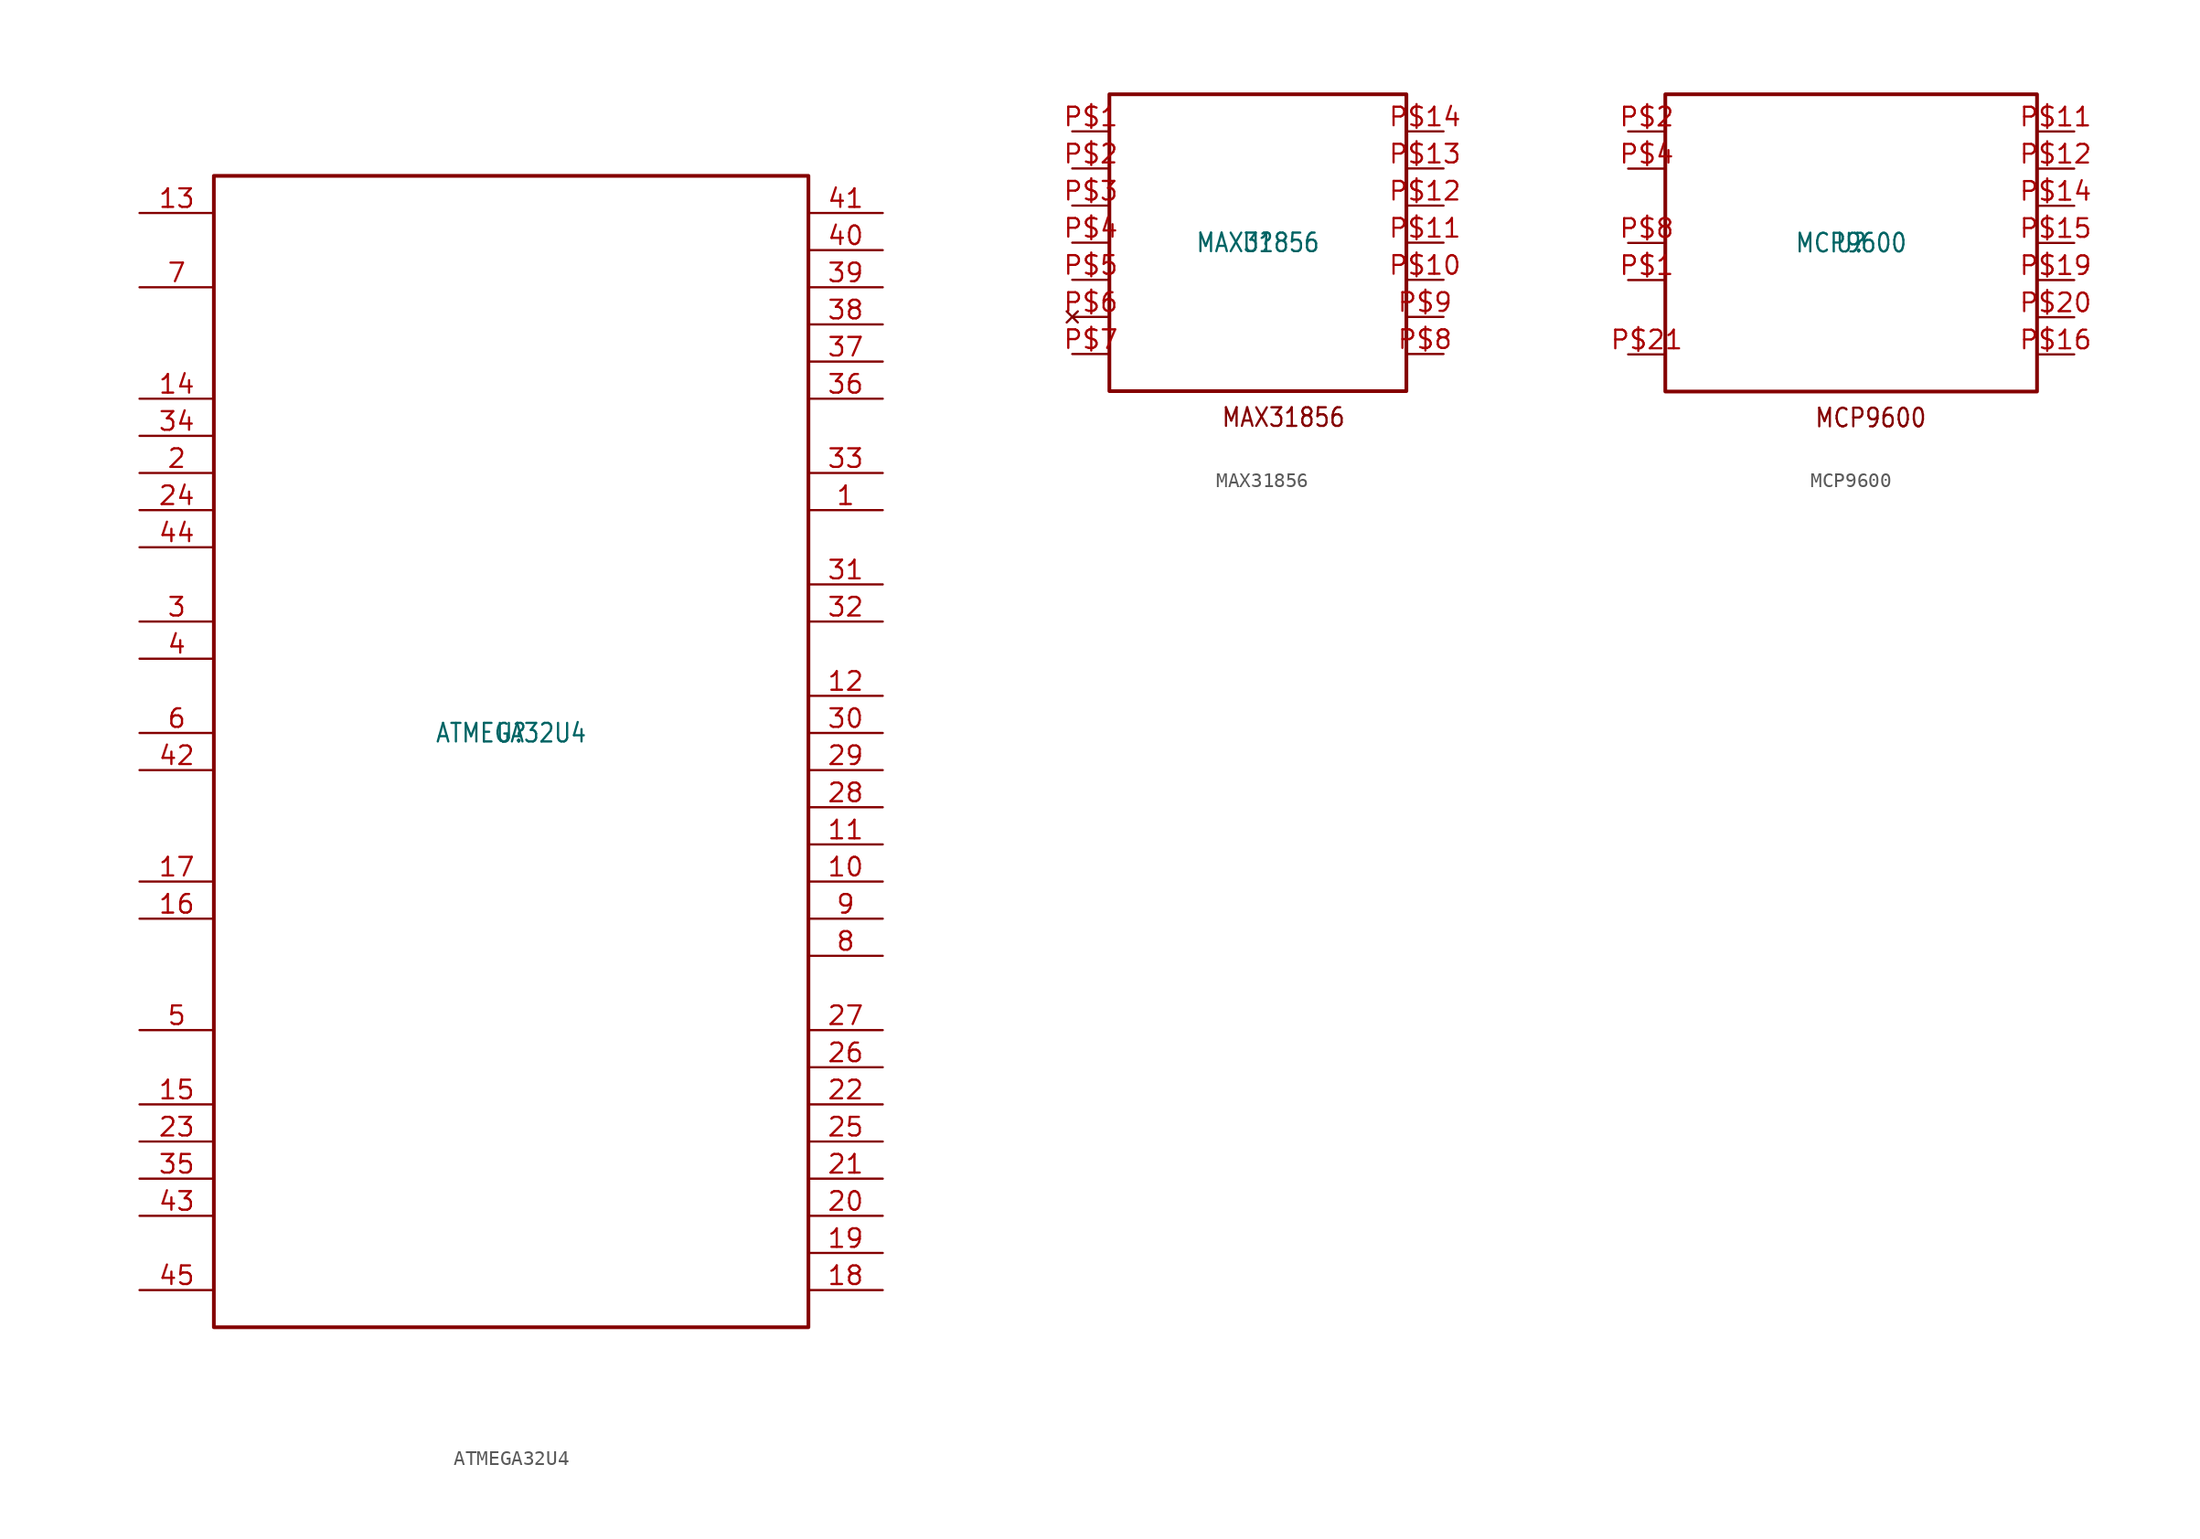
<source format=kicad_sym>
(kicad_symbol_lib
  (version 20211014)
  (generator kicad_symbol_editor)
  (symbol "ATMEGA32U4"
    (pin_names
      (offset 1.016) hide)
    (property "Reference" "U"
      (at 0 0 0)
      (effects (font (size 1.27 1.086))))
    (property "Value" "ATMEGA32U4"
      (at 0 0 0)
      (effects (font (size 1.27 1.086))))
    (symbol "ATMEGA32U4_0_0")
    (symbol "ATMEGA32U4_0_1"
      (polyline (pts (xy -20.32 38.1) (xy 20.32 38.1) (xy 20.32 -40.64) (xy -20.32 -40.64) (xy -20.32 38.1)) (stroke (width 0.254) (type default) (color 0 0 0 0))))
    (symbol "ATMEGA32U4_1_1"
      (pin bidirectional line (at -25.4 -12.7 0) (length 5.08) (name "XTAL2" (effects (font (size 1.27 1.086)))) (number "16" (effects (font (size 1.27 1.086)))))
      (pin bidirectional line (at -25.4 -10.16 0) (length 5.08) (name "XTAL1" (effects (font (size 1.27 1.086)))) (number "17" (effects (font (size 1.27 1.086)))))
      (pin bidirectional line (at -25.4 -25.4 0) (length 5.08) (name "GND" (effects (font (size 1.27 1.086)))) (number "15" (effects (font (size 1.27 1.086)))))
      (pin bidirectional line (at -25.4 22.86 0) (length 5.08) (name "VCC" (effects (font (size 1.27 1.086)))) (number "14" (effects (font (size 1.27 1.086)))))
      (pin bidirectional line (at -25.4 17.78 0) (length 5.08) (name "UVCC" (effects (font (size 1.27 1.086)))) (number "2" (effects (font (size 1.27 1.086)))))
      (pin bidirectional line (at -25.4 -20.32 0) (length 5.08) (name "UGND" (effects (font (size 1.27 1.086)))) (number "5" (effects (font (size 1.27 1.086)))))
      (pin bidirectional line (at -25.4 7.62 0) (length 5.08) (name "D-" (effects (font (size 1.27 1.086)))) (number "3" (effects (font (size 1.27 1.086)))))
      (pin bidirectional line (at -25.4 15.24 0) (length 5.08) (name "AVCC" (effects (font (size 1.27 1.086)))) (number "24" (effects (font (size 1.27 1.086)))))
      (pin bidirectional line (at 25.4 -7.62 180) (length 5.08) (name "PB3(PDO/MISO)" (effects (font (size 1.27 1.086)))) (number "11" (effects (font (size 1.27 1.086)))))
      (pin bidirectional line (at 25.4 -10.16 180) (length 5.08) (name "PB2(PDI/MOSI)" (effects (font (size 1.27 1.086)))) (number "10" (effects (font (size 1.27 1.086)))))
      (pin bidirectional line (at 25.4 -12.7 180) (length 5.08) (name "PB1(SCK)" (effects (font (size 1.27 1.086)))) (number "9" (effects (font (size 1.27 1.086)))))
      (pin bidirectional line (at 25.4 -15.24 180) (length 5.08) (name "PB0(SS)" (effects (font (size 1.27 1.086)))) (number "8" (effects (font (size 1.27 1.086)))))
      (pin bidirectional line (at 25.4 -20.32 180) (length 5.08) (name "PD7(OC4D/ADC10/T0)" (effects (font (size 1.27 1.086)))) (number "27" (effects (font (size 1.27 1.086)))))
      (pin bidirectional line (at 25.4 -22.86 180) (length 5.08) (name "PD6(T1/ADC9/~{OC4D})" (effects (font (size 1.27 1.086)))) (number "26" (effects (font (size 1.27 1.086)))))
      (pin bidirectional line (at 25.4 -25.4 180) (length 5.08) (name "PD5(XCK/CTS)" (effects (font (size 1.27 1.086)))) (number "22" (effects (font (size 1.27 1.086)))))
      (pin bidirectional line (at 25.4 -27.94 180) (length 5.08) (name "PD4(ICP1/ADC8)" (effects (font (size 1.27 1.086)))) (number "25" (effects (font (size 1.27 1.086)))))
      (pin bidirectional line (at 25.4 -30.48 180) (length 5.08) (name "PD3(INT3/TXD1)" (effects (font (size 1.27 1.086)))) (number "21" (effects (font (size 1.27 1.086)))))
      (pin bidirectional line (at 25.4 -33.02 180) (length 5.08) (name "PD2(INT2/RXD1)" (effects (font (size 1.27 1.086)))) (number "20" (effects (font (size 1.27 1.086)))))
      (pin bidirectional line (at 25.4 -35.56 180) (length 5.08) (name "PD1(INT1/SDA)" (effects (font (size 1.27 1.086)))) (number "19" (effects (font (size 1.27 1.086)))))
      (pin bidirectional line (at 25.4 -38.1 180) (length 5.08) (name "PD0(INT0/OC0B/SCL)" (effects (font (size 1.27 1.086)))) (number "18" (effects (font (size 1.27 1.086)))))
      (pin bidirectional line (at 25.4 7.62 180) (length 5.08) (name "PC7(ICP3/CLK0/OC4A)" (effects (font (size 1.27 1.086)))) (number "32" (effects (font (size 1.27 1.086)))))
      (pin bidirectional line (at 25.4 10.16 180) (length 5.08) (name "PC6(OC3A/~{OC4A})" (effects (font (size 1.27 1.086)))) (number "31" (effects (font (size 1.27 1.086)))))
      (pin bidirectional line (at 25.4 -5.08 180) (length 5.08) (name "PB4(ADC11)" (effects (font (size 1.27 1.086)))) (number "28" (effects (font (size 1.27 1.086)))))
      (pin bidirectional line (at 25.4 0 180) (length 5.08) (name "PB6(OC1B/OC4B/ADC13)" (effects (font (size 1.27 1.086)))) (number "30" (effects (font (size 1.27 1.086)))))
      (pin bidirectional line (at 25.4 -2.54 180) (length 5.08) (name "PB5(OC1A/ADC12/~{OC4B})" (effects (font (size 1.27 1.086)))) (number "29" (effects (font (size 1.27 1.086)))))
      (pin bidirectional line (at 25.4 2.54 180) (length 5.08) (name "PB7(OC0A/OC1C/RTS)" (effects (font (size 1.27 1.086)))) (number "12" (effects (font (size 1.27 1.086)))))
      (pin bidirectional line (at -25.4 35.56 0) (length 5.08) (name "~{RESET}" (effects (font (size 1.27 1.086)))) (number "13" (effects (font (size 1.27 1.086)))))
      (pin bidirectional line (at -25.4 5.08 0) (length 5.08) (name "D+" (effects (font (size 1.27 1.086)))) (number "4" (effects (font (size 1.27 1.086)))))
      (pin bidirectional line (at -25.4 0 0) (length 5.08) (name "UCAP" (effects (font (size 1.27 1.086)))) (number "6" (effects (font (size 1.27 1.086)))))
      (pin bidirectional line (at 25.4 17.78 180) (length 5.08) (name "PE2(~{HWB})" (effects (font (size 1.27 1.086)))) (number "33" (effects (font (size 1.27 1.086)))))
      (pin bidirectional line (at 25.4 35.56 180) (length 5.08) (name "PF0(ADC0)" (effects (font (size 1.27 1.086)))) (number "41" (effects (font (size 1.27 1.086)))))
      (pin bidirectional line (at 25.4 33.02 180) (length 5.08) (name "PF1(ADC1)" (effects (font (size 1.27 1.086)))) (number "40" (effects (font (size 1.27 1.086)))))
      (pin bidirectional line (at 25.4 30.48 180) (length 5.08) (name "PF4(ADC4/TCK)" (effects (font (size 1.27 1.086)))) (number "39" (effects (font (size 1.27 1.086)))))
      (pin bidirectional line (at 25.4 27.94 180) (length 5.08) (name "PF5(ADC5/TMS)" (effects (font (size 1.27 1.086)))) (number "38" (effects (font (size 1.27 1.086)))))
      (pin bidirectional line (at 25.4 25.4 180) (length 5.08) (name "PF6(ADC6/TDO)" (effects (font (size 1.27 1.086)))) (number "37" (effects (font (size 1.27 1.086)))))
      (pin bidirectional line (at 25.4 22.86 180) (length 5.08) (name "PF7(ADC7(TDI)" (effects (font (size 1.27 1.086)))) (number "36" (effects (font (size 1.27 1.086)))))
      (pin bidirectional line (at 25.4 15.24 180) (length 5.08) (name "PE6(INT6/AIN0)" (effects (font (size 1.27 1.086)))) (number "1" (effects (font (size 1.27 1.086)))))
      (pin bidirectional line (at -25.4 30.48 0) (length 5.08) (name "VBUS" (effects (font (size 1.27 1.086)))) (number "7" (effects (font (size 1.27 1.086)))))
      (pin bidirectional line (at -25.4 -27.94 0) (length 5.08) (name "GND1" (effects (font (size 1.27 1.086)))) (number "23" (effects (font (size 1.27 1.086)))))
      (pin bidirectional line (at -25.4 12.7 0) (length 5.08) (name "AVCC1" (effects (font (size 1.27 1.086)))) (number "44" (effects (font (size 1.27 1.086)))))
      (pin bidirectional line (at -25.4 20.32 0) (length 5.08) (name "VCC1" (effects (font (size 1.27 1.086)))) (number "34" (effects (font (size 1.27 1.086)))))
      (pin bidirectional line (at -25.4 -2.54 0) (length 5.08) (name "AREF" (effects (font (size 1.27 1.086)))) (number "42" (effects (font (size 1.27 1.086)))))
      (pin bidirectional line (at -25.4 -30.48 0) (length 5.08) (name "GND2" (effects (font (size 1.27 1.086)))) (number "35" (effects (font (size 1.27 1.086)))))
      (pin bidirectional line (at -25.4 -33.02 0) (length 5.08) (name "GND3" (effects (font (size 1.27 1.086)))) (number "43" (effects (font (size 1.27 1.086)))))
      (pin bidirectional line (at -25.4 -38.1 0) (length 5.08) (name "EXPOSED_PAD" (effects (font (size 1.27 1.086)))) (number "45" (effects (font (size 1.27 1.086)))))))
  (symbol "MAX31856"
    (pin_names
      (offset 1.016) hide)
    (property "Reference" "U"
      (at 0 0 0)
      (effects (font (size 1.27 1.086))))
    (property "Value" "MAX31856"
      (at 0 0 0)
      (effects (font (size 1.27 1.086))))
    (symbol "MAX31856_0_0"
      (text "MAX31856" (at -2.54 -12.7 0) (effects (font (size 1.27 1.086)) (justify left bottom))))
    (symbol "MAX31856_0_1"
      (polyline (pts (xy -10.16 10.16) (xy 10.16 10.16) (xy 10.16 -10.16) (xy -10.16 -10.16) (xy -10.16 10.16)) (stroke (width 0.254) (type default) (color 0 0 0 0))))
    (symbol "MAX31856_1_1"
      (pin power_in line (at -12.7 7.62 0) (length 2.54) (name "AGND" (effects (font (size 1.27 1.086)))) (number "P$1" (effects (font (size 1.27 1.086)))))
      (pin input line (at -12.7 5.08 0) (length 2.54) (name "BIAS" (effects (font (size 1.27 1.086)))) (number "P$2" (effects (font (size 1.27 1.086)))))
      (pin input line (at -12.7 2.54 0) (length 2.54) (name "T-" (effects (font (size 1.27 1.086)))) (number "P$3" (effects (font (size 1.27 1.086)))))
      (pin input line (at -12.7 0 0) (length 2.54) (name "T+" (effects (font (size 1.27 1.086)))) (number "P$4" (effects (font (size 1.27 1.086)))))
      (pin power_in line (at -12.7 -2.54 0) (length 2.54) (name "AVDD" (effects (font (size 1.27 1.086)))) (number "P$5" (effects (font (size 1.27 1.086)))))
      (pin no_connect line (at -12.7 -5.08 0) (length 2.54) (name "DNC" (effects (font (size 1.27 1.086)))) (number "P$6" (effects (font (size 1.27 1.086)))))
      (pin bidirectional line (at -12.7 -7.62 0) (length 2.54) (name "DRDY" (effects (font (size 1.27 1.086)))) (number "P$7" (effects (font (size 1.27 1.086)))))
      (pin bidirectional line (at 12.7 -7.62 180) (length 2.54) (name "DVDD" (effects (font (size 1.27 1.086)))) (number "P$8" (effects (font (size 1.27 1.086)))))
      (pin bidirectional line (at 12.7 -5.08 180) (length 2.54) (name "CS" (effects (font (size 1.27 1.086)))) (number "P$9" (effects (font (size 1.27 1.086)))))
      (pin bidirectional line (at 12.7 -2.54 180) (length 2.54) (name "SCK" (effects (font (size 1.27 1.086)))) (number "P$10" (effects (font (size 1.27 1.086)))))
      (pin bidirectional line (at 12.7 0 180) (length 2.54) (name "SDO" (effects (font (size 1.27 1.086)))) (number "P$11" (effects (font (size 1.27 1.086)))))
      (pin bidirectional line (at 12.7 2.54 180) (length 2.54) (name "SDI" (effects (font (size 1.27 1.086)))) (number "P$12" (effects (font (size 1.27 1.086)))))
      (pin bidirectional line (at 12.7 5.08 180) (length 2.54) (name "FAULT" (effects (font (size 1.27 1.086)))) (number "P$13" (effects (font (size 1.27 1.086)))))
      (pin power_in line (at 12.7 7.62 180) (length 2.54) (name "DGND" (effects (font (size 1.27 1.086)))) (number "P$14" (effects (font (size 1.27 1.086)))))))
  (symbol "MCP9600"
    (pin_names
      (offset 1.016) hide)
    (property "Reference" "U"
      (at 0 0 0)
      (effects (font (size 1.27 1.086))))
    (property "Value" "MCP9600"
      (at 0 0 0)
      (effects (font (size 1.27 1.086))))
    (symbol "MCP9600_0_0"
      (text "MCP9600" (at -2.54 -12.7 0) (effects (font (size 1.27 1.086)) (justify left bottom))))
    (symbol "MCP9600_0_1"
      (polyline (pts (xy 12.7 10.16) (xy 12.7 -10.16) (xy -12.7 -10.16) (xy -12.7 10.16) (xy 12.7 10.16)) (stroke (width 0.254) (type default) (color 0 0 0 0))))
    (symbol "MCP9600_1_1"
      (pin power_in line (at -15.24 7.62 0) (length 2.54) (name "VIN+" (effects (font (size 1.27 1.086)))) (number "P$2" (effects (font (size 1.27 1.086)))))
      (pin power_in line (at -15.24 5.08 0) (length 2.54) (name "VIN-" (effects (font (size 1.27 1.086)))) (number "P$4" (effects (font (size 1.27 1.086)))))
      (pin output line (at 15.24 7.62 180) (length 2.54) (name "ALERT_1" (effects (font (size 1.27 1.086)))) (number "P$11" (effects (font (size 1.27 1.086)))))
      (pin output line (at 15.24 5.08 180) (length 2.54) (name "ALERT_2" (effects (font (size 1.27 1.086)))) (number "P$12" (effects (font (size 1.27 1.086)))))
      (pin output line (at 15.24 2.54 180) (length 2.54) (name "ALERT_3" (effects (font (size 1.27 1.086)))) (number "P$14" (effects (font (size 1.27 1.086)))))
      (pin output line (at 15.24 0 180) (length 2.54) (name "ALERT_4" (effects (font (size 1.27 1.086)))) (number "P$15" (effects (font (size 1.27 1.086)))))
      (pin bidirectional line (at 15.24 -2.54 180) (length 2.54) (name "SCL" (effects (font (size 1.27 1.086)))) (number "P$19" (effects (font (size 1.27 1.086)))))
      (pin bidirectional line (at 15.24 -5.08 180) (length 2.54) (name "SDA" (effects (font (size 1.27 1.086)))) (number "P$20" (effects (font (size 1.27 1.086)))))
      (pin bidirectional line (at 15.24 -7.62 180) (length 2.54) (name "ADDR" (effects (font (size 1.27 1.086)))) (number "P$16" (effects (font (size 1.27 1.086)))))
      (pin power_in line (at -15.24 0 0) (length 2.54) (name "VDD" (effects (font (size 1.27 1.086)))) (number "P$8" (effects (font (size 1.27 1.086)))))
      (pin power_in line (at -15.24 -2.54 0) (length 2.54) (name "GND" (effects (font (size 1.27 1.086)))) (number "P$1" (effects (font (size 1.27 1.086)))))
      (pin power_in line (at -15.24 -2.54 0) (length 2.54) hide (name "GND" (effects (font (size 1.27 1.086)))) (number "P$3" (effects (font (size 1.27 1.086)))))
      (pin power_in line (at -15.24 -2.54 0) (length 2.54) hide (name "GND" (effects (font (size 1.27 1.086)))) (number "P$5" (effects (font (size 1.27 1.086)))))
      (pin power_in line (at -15.24 -2.54 0) (length 2.54) hide (name "GND" (effects (font (size 1.27 1.086)))) (number "P$6" (effects (font (size 1.27 1.086)))))
      (pin power_in line (at -15.24 -2.54 0) (length 2.54) hide (name "GND" (effects (font (size 1.27 1.086)))) (number "P$7" (effects (font (size 1.27 1.086)))))
      (pin power_in line (at -15.24 -2.54 0) (length 2.54) hide (name "GND" (effects (font (size 1.27 1.086)))) (number "P$9" (effects (font (size 1.27 1.086)))))
      (pin power_in line (at -15.24 -2.54 0) (length 2.54) hide (name "GND" (effects (font (size 1.27 1.086)))) (number "P$10" (effects (font (size 1.27 1.086)))))
      (pin power_in line (at -15.24 -2.54 0) (length 2.54) hide (name "GND" (effects (font (size 1.27 1.086)))) (number "P$13" (effects (font (size 1.27 1.086)))))
      (pin power_in line (at -15.24 -2.54 0) (length 2.54) hide (name "GND" (effects (font (size 1.27 1.086)))) (number "P$17" (effects (font (size 1.27 1.086)))))
      (pin power_in line (at -15.24 -2.54 0) (length 2.54) hide (name "GND" (effects (font (size 1.27 1.086)))) (number "P$18" (effects (font (size 1.27 1.086)))))
      (pin bidirectional line (at -15.24 -7.62 0) (length 2.54) (name "THERM_PAD" (effects (font (size 1.27 1.086)))) (number "P$21" (effects (font (size 1.27 1.086))))))))
</source>
